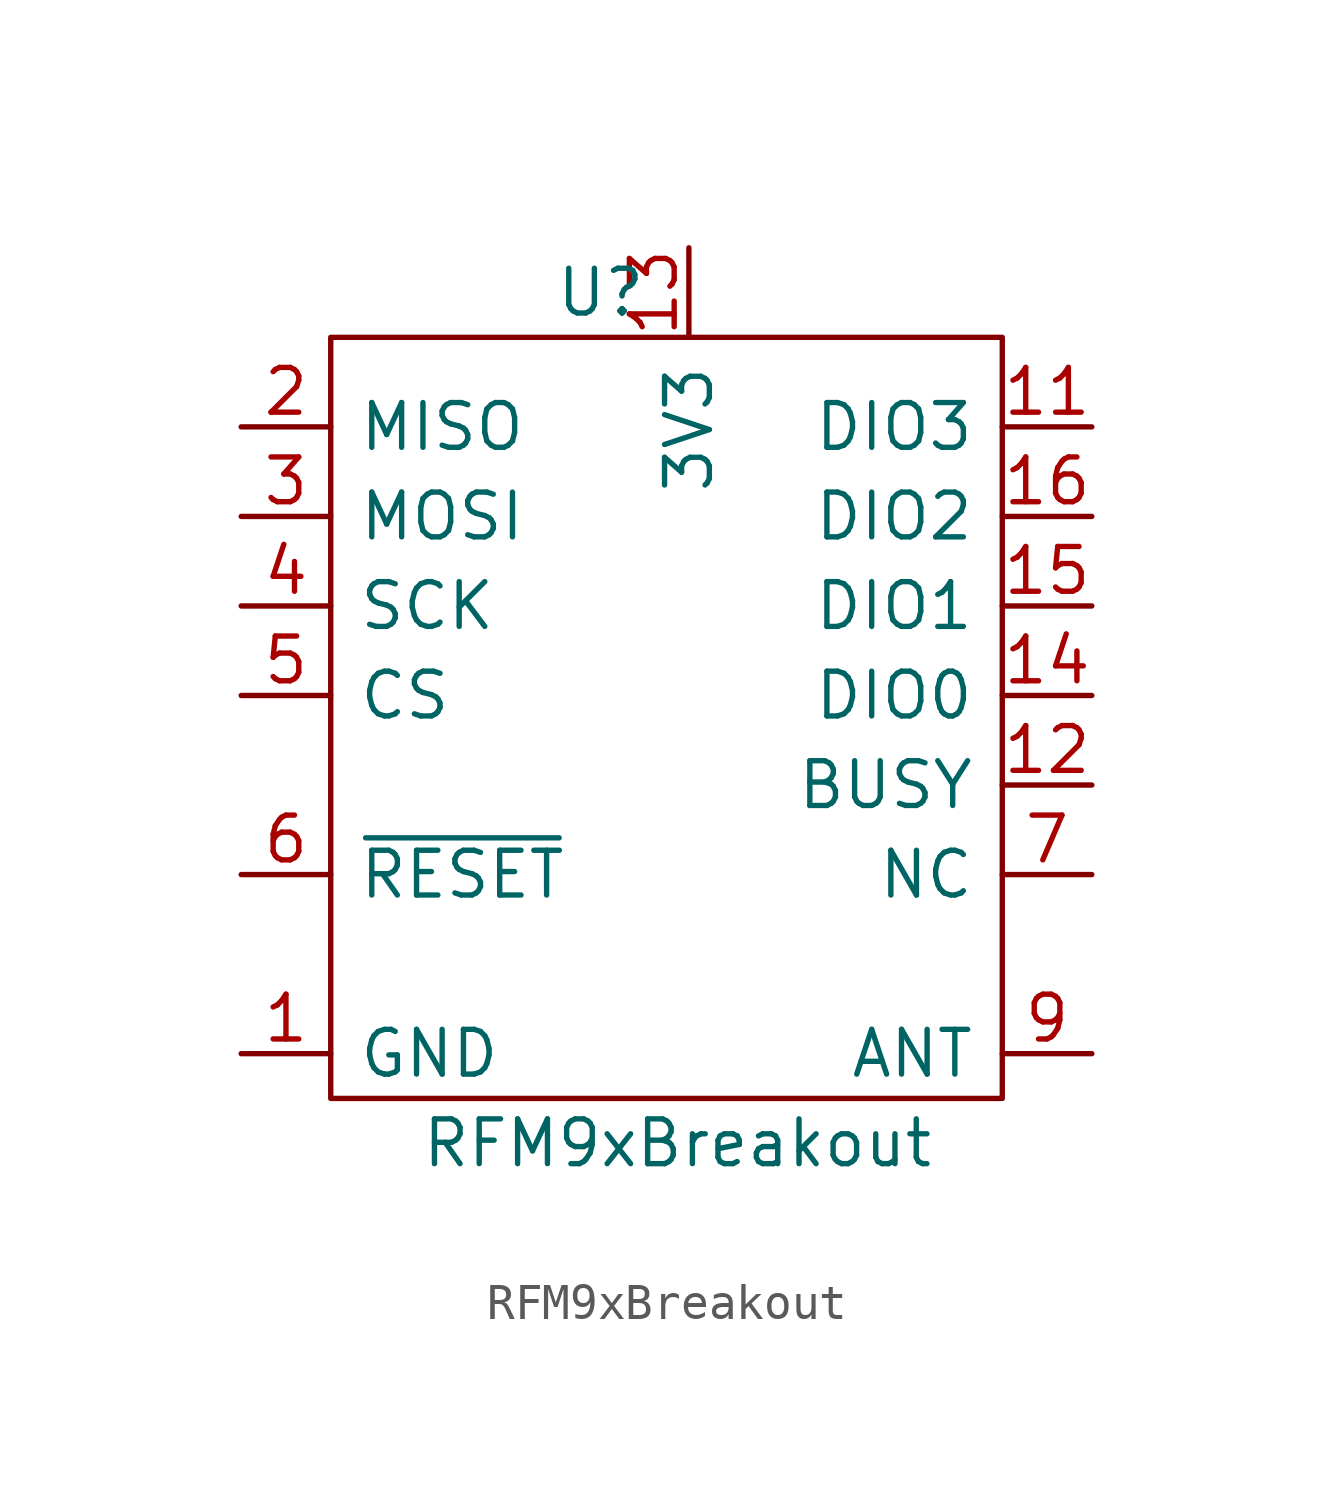
<source format=kicad_sym>
(kicad_symbol_lib
  (version 20220914)
  (generator kicad_symbol_editor)
  (symbol "RFM9xBreakout"
    (pin_names
      (offset 0.762))
    (property "Reference" "U"
      (at -3.81 12.7 0)
      (effects (font (size 1.27 1.27)) (justify left)))
    (property "Value" "RFM9xBreakout"
      (at -7.62 -11.43 0)
      (effects (font (size 1.27 1.27)) (justify left)))
    (symbol "RFM9xBreakout_0_1"
      (rectangle (start -10.16 11.43) (end 8.89 -10.16) (stroke (width 0) (type default)) (fill (type none))))
    (symbol "RFM9xBreakout_1_1"
      (pin bidirectional line (at -12.7 -8.89 0) (length 2.54) (name "GND" (effects (font (size 1.27 1.27)))) (number "1" (effects (font (size 1.27 1.27)))))
      (pin bidirectional line (at -12.7 -8.89 0) (length 2.54) hide (name "GND" (effects (font (size 1.27 1.27)))) (number "10" (effects (font (size 1.27 1.27)))))
      (pin bidirectional line (at 11.43 8.89 180) (length 2.54) (name "DIO3" (effects (font (size 1.27 1.27)))) (number "11" (effects (font (size 1.27 1.27)))))
      (pin bidirectional line (at 11.43 -1.27 180) (length 2.54) (name "BUSY" (effects (font (size 1.27 1.27)))) (number "12" (effects (font (size 1.27 1.27)))))
      (pin bidirectional line (at 0 13.97 270) (length 2.54) (name "3V3" (effects (font (size 1.27 1.27)))) (number "13" (effects (font (size 1.27 1.27)))))
      (pin bidirectional line (at 11.43 1.27 180) (length 2.54) (name "DIO0" (effects (font (size 1.27 1.27)))) (number "14" (effects (font (size 1.27 1.27)))))
      (pin bidirectional line (at 11.43 3.81 180) (length 2.54) (name "DIO1" (effects (font (size 1.27 1.27)))) (number "15" (effects (font (size 1.27 1.27)))))
      (pin bidirectional line (at 11.43 6.35 180) (length 2.54) (name "DIO2" (effects (font (size 1.27 1.27)))) (number "16" (effects (font (size 1.27 1.27)))))
      (pin bidirectional line (at -12.7 8.89 0) (length 2.54) (name "MISO" (effects (font (size 1.27 1.27)))) (number "2" (effects (font (size 1.27 1.27)))))
      (pin bidirectional line (at -12.7 6.35 0) (length 2.54) (name "MOSI" (effects (font (size 1.27 1.27)))) (number "3" (effects (font (size 1.27 1.27)))))
      (pin bidirectional line (at -12.7 3.81 0) (length 2.54) (name "SCK" (effects (font (size 1.27 1.27)))) (number "4" (effects (font (size 1.27 1.27)))))
      (pin bidirectional line (at -12.7 1.27 0) (length 2.54) (name "CS" (effects (font (size 1.27 1.27)))) (number "5" (effects (font (size 1.27 1.27)))))
      (pin bidirectional line (at -12.7 -3.81 0) (length 2.54) (name "~{RESET}" (effects (font (size 1.27 1.27)))) (number "6" (effects (font (size 1.27 1.27)))))
      (pin bidirectional line (at 11.43 -3.81 180) (length 2.54) (name "NC" (effects (font (size 1.27 1.27)))) (number "7" (effects (font (size 1.27 1.27)))))
      (pin bidirectional line (at -12.7 -8.89 0) (length 2.54) hide (name "GND" (effects (font (size 1.27 1.27)))) (number "8" (effects (font (size 1.27 1.27)))))
      (pin bidirectional line (at 11.43 -8.89 180) (length 2.54) (name "ANT" (effects (font (size 1.27 1.27)))) (number "9" (effects (font (size 1.27 1.27))))))))
</source>
